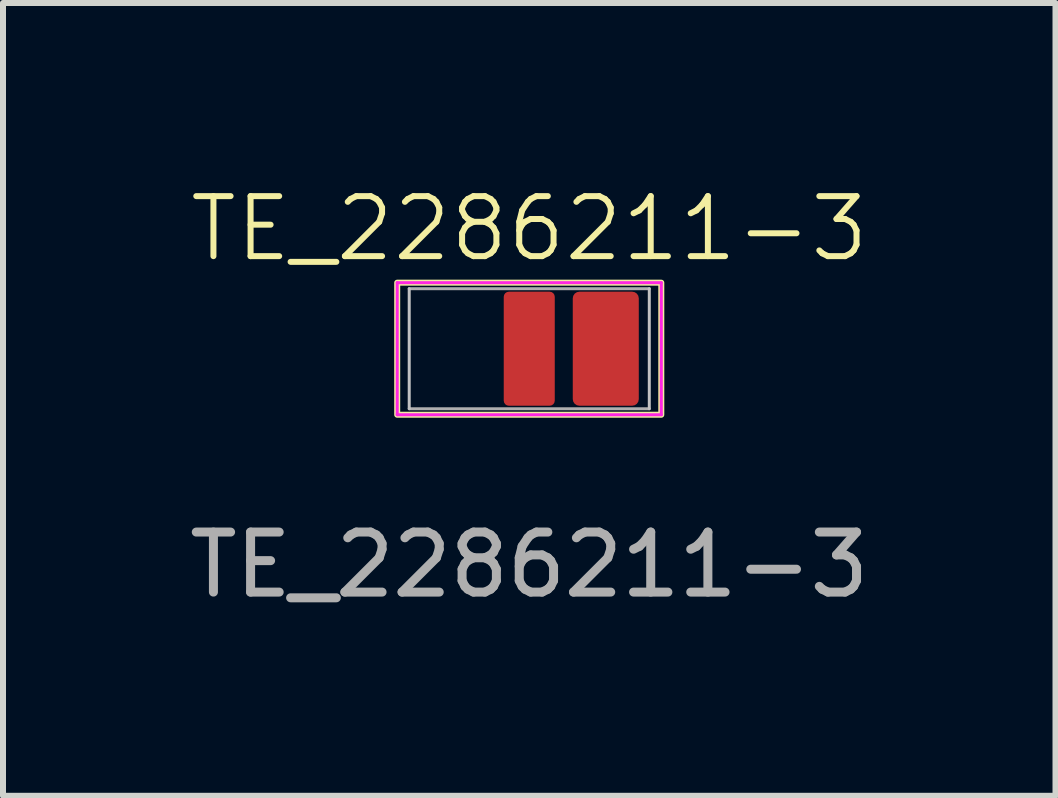
<source format=kicad_pcb>
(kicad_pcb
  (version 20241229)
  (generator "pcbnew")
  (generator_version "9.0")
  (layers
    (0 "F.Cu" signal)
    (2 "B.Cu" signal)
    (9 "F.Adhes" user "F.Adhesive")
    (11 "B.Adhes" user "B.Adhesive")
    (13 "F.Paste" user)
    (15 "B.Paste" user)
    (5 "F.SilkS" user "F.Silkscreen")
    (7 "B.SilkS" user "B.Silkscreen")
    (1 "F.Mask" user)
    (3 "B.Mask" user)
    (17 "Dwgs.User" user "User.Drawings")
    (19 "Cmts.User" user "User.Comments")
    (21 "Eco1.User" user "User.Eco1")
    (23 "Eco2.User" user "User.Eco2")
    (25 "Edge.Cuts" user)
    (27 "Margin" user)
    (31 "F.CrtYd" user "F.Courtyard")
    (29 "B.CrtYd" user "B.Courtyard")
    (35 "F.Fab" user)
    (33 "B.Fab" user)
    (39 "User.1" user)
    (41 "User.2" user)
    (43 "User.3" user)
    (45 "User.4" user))
  (footprint "TE_2286211-3"
    (layer "F.Cu")
    (at 5.768 2.76)
    (property "Reference" "TE_2286211-3" (at 0 -2 0) (unlocked yes) (layer "F.SilkS") (effects (font (size 1 1) (thickness 0.1))))
    (fp_rect (start -2.2 -1.1) (end 2.2 1.1) (stroke (width 0.1) (type default)) (fill no) (layer "F.SilkS"))
    (fp_line (start -2 -1) (end -2 1) (stroke (width 0.05) (type default)) (layer "Dwgs.User"))
    (fp_line (start 2 1) (end 2 -1) (stroke (width 0.05) (type default)) (layer "Dwgs.User"))
    (fp_line (start -2.2 -1.1) (end -2.2 1.1) (stroke (width 0.05) (type default)) (layer "F.CrtYd"))
    (fp_line (start -2.2 -1.1) (end 2.2 -1.1) (stroke (width 0.05) (type default)) (layer "F.CrtYd"))
    (fp_line (start 2.2 1.1) (end -2.2 1.1) (stroke (width 0.05) (type default)) (layer "F.CrtYd"))
    (fp_line (start 2.2 1.1) (end 2.2 -1.1) (stroke (width 0.05) (type default)) (layer "F.CrtYd"))
    (fp_line (start -2 1) (end 2 1) (stroke (width 0.05) (type solid)) (layer "F.Fab"))
    (fp_line (start 2 -1) (end -2 -1) (stroke (width 0.05) (type solid)) (layer "F.Fab"))
    (fp_line (start 0 0.5) (end 0 -0.5) (stroke (width 0.1) (type solid)) (layer "User.2"))
    (fp_line (start 0.5 0) (end -0.5 0) (stroke (width 0.1) (type solid)) (layer "User.2"))
    (fp_text user "${REFERENCE}" (at 0 3.6 0) (unlocked yes) (layer "F.Fab") (effects (font (size 1 1) (thickness 0.15))))
    (pad "1" smd roundrect (at 0 0) (size 0.85 1.9) (layers "F.Cu" "F.Mask" "F.Paste") (roundrect_rratio 0.1))
    (pad "1" smd roundrect (at 1.275 0) (size 1.1 1.9) (layers "F.Cu" "F.Mask" "F.Paste") (roundrect_rratio 0.1)))
  (gr_rect
    (start -3 -3)
    (end 14.536 10.209)
    (stroke (width 0.1) (type default))
    (fill no)
    (layer "Edge.Cuts")))
</source>
